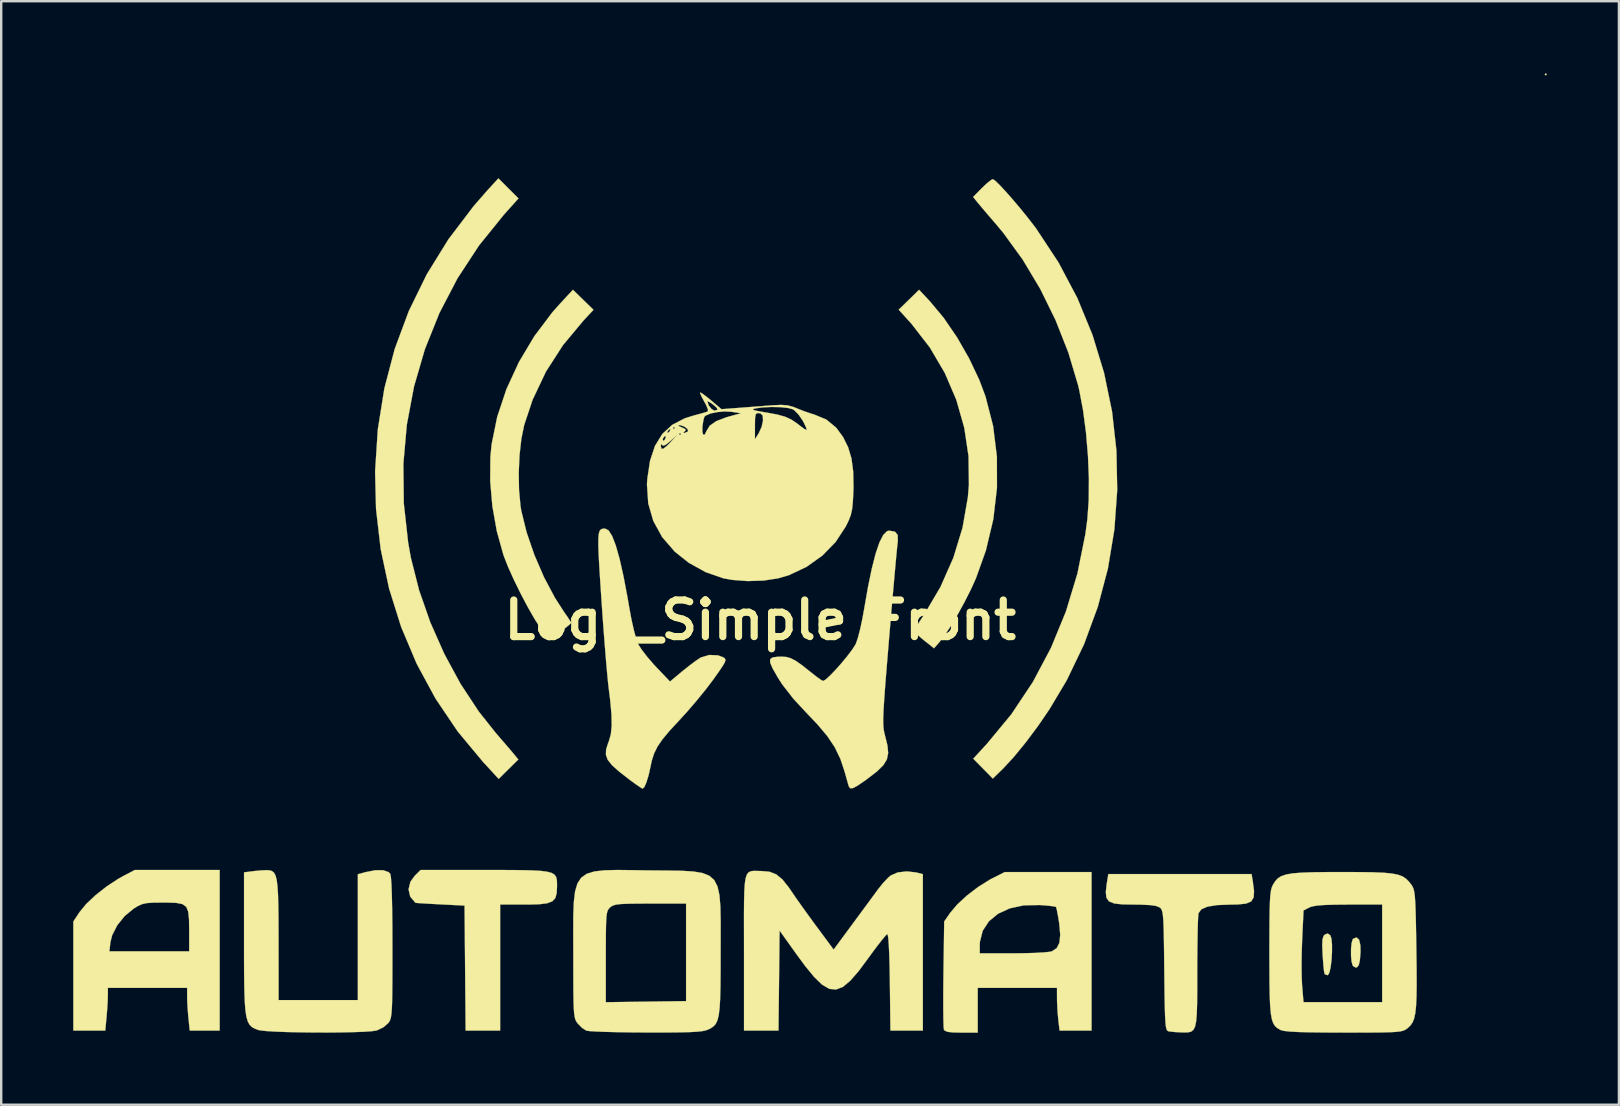
<source format=kicad_pcb>
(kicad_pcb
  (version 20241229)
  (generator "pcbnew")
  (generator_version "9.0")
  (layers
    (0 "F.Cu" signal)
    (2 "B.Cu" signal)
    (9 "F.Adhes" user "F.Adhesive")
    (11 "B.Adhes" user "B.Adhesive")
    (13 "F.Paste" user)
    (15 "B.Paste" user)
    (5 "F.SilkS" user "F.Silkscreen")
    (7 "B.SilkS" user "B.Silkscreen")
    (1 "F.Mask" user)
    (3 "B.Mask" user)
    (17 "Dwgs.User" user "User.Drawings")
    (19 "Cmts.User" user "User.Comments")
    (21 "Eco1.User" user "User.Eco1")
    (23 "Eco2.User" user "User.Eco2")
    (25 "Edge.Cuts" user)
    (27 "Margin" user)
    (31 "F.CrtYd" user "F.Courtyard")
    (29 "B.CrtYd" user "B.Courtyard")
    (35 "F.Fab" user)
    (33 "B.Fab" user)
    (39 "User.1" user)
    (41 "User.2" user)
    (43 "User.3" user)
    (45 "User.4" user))
  (footprint "Logo_Simple Front"
    (layer "F.Cu")
    (at 28.622 22.78)
    (property "Reference" "Logo_Simple Front" (at 0 0 0) (layer "F.SilkS") (effects (font (size 1.524 1.524) (thickness 0.3))))
    (attr through_hole)
    (fp_poly (pts (xy 32.766 -22.733) (xy 32.724 -22.691) (xy 32.681 -22.733) (xy 32.724 -22.775) (xy 32.766 -22.733)) (stroke (width 0.01) (type solid)) (fill yes) (layer "F.SilkS"))
    (fp_poly (pts (xy 24.947 13.32) (xy 25.002 13.557) (xy 25.006 13.843) (xy 24.978 14.184) (xy 24.931 14.383) (xy 24.856 14.469) (xy 24.807 14.478) (xy 24.697 14.417) (xy 24.682 14.397) (xy 24.634 14.232) (xy 24.61 13.979) (xy 24.611 13.697) (xy 24.636 13.449) (xy 24.684 13.294) (xy 24.697 13.279) (xy 24.843 13.223) (xy 24.947 13.32)) (stroke (width 0.01) (type solid)) (fill yes) (layer "F.SilkS"))
    (fp_poly (pts (xy 23.745 13.131) (xy 23.794 13.268) (xy 23.818 13.515) (xy 23.818 13.827) (xy 23.799 14.157) (xy 23.762 14.459) (xy 23.71 14.687) (xy 23.647 14.794) (xy 23.643 14.796) (xy 23.528 14.763) (xy 23.502 14.718) (xy 23.48 14.584) (xy 23.455 14.33) (xy 23.431 14.004) (xy 23.425 13.91) (xy 23.411 13.539) (xy 23.423 13.302) (xy 23.465 13.164) (xy 23.507 13.113) (xy 23.636 13.057) (xy 23.745 13.131)) (stroke (width 0.01) (type solid)) (fill yes) (layer "F.SilkS"))
    (fp_poly (pts (xy -10.702 10.414) (xy -10.059 10.418) (xy -9.554 10.428) (xy -9.168 10.448) (xy -8.886 10.483) (xy -8.692 10.535) (xy -8.57 10.608) (xy -8.502 10.707) (xy -8.473 10.835) (xy -8.467 10.994) (xy -8.467 11.096) (xy -8.481 11.38) (xy -8.538 11.584) (xy -8.664 11.719) (xy -8.881 11.8) (xy -9.213 11.841) (xy -9.685 11.853) (xy -9.821 11.853) (xy -10.837 11.853) (xy -10.837 17.103) (xy -12.274 17.103) (xy -12.319 11.896) (xy -13.335 11.844) (xy -13.729 11.823) (xy -14.054 11.804) (xy -14.278 11.789) (xy -14.366 11.78) (xy -14.366 11.78) (xy -14.582 11.524) (xy -14.652 11.218) (xy -14.574 10.902) (xy -14.4 10.661) (xy -14.152 10.414) (xy -11.498 10.414) (xy -10.702 10.414)) (stroke (width 0.01) (type solid)) (fill yes) (layer "F.SilkS"))
    (fp_poly (pts (xy 7.069 -13.275) (xy 7.645 -12.583) (xy 8.2 -11.772) (xy 8.703 -10.893) (xy 9.127 -9.997) (xy 9.383 -9.313) (xy 9.7 -8.081) (xy 9.858 -6.806) (xy 9.861 -5.506) (xy 9.708 -4.198) (xy 9.4 -2.901) (xy 8.987 -1.744) (xy 8.768 -1.261) (xy 8.503 -0.738) (xy 8.216 -0.216) (xy 7.928 0.264) (xy 7.663 0.663) (xy 7.475 0.906) (xy 7.239 1.177) (xy 6.816 0.842) (xy 6.599 0.66) (xy 6.452 0.516) (xy 6.407 0.444) (xy 6.457 0.349) (xy 6.581 0.151) (xy 6.753 -0.113) (xy 6.819 -0.212) (xy 7.505 -1.375) (xy 8.043 -2.591) (xy 8.426 -3.844) (xy 8.649 -5.115) (xy 8.692 -5.635) (xy 8.676 -6.827) (xy 8.498 -8.014) (xy 8.166 -9.177) (xy 7.686 -10.296) (xy 7.066 -11.351) (xy 6.313 -12.324) (xy 6.235 -12.412) (xy 5.767 -12.928) (xy 6.192 -13.343) (xy 6.616 -13.758) (xy 7.069 -13.275)) (stroke (width 0.01) (type solid)) (fill yes) (layer "F.SilkS"))
    (fp_poly (pts (xy -10.491 -17.982) (xy -10.073 -17.564) (xy -10.678 -16.889) (xy -11.716 -15.605) (xy -12.613 -14.236) (xy -13.366 -12.791) (xy -13.971 -11.285) (xy -14.425 -9.727) (xy -14.725 -8.131) (xy -14.868 -6.508) (xy -14.851 -4.869) (xy -14.669 -3.227) (xy -14.553 -2.582) (xy -14.215 -1.248) (xy -13.747 0.093) (xy -13.165 1.407) (xy -12.487 2.658) (xy -11.727 3.812) (xy -11.02 4.703) (xy -10.758 5.006) (xy -10.517 5.286) (xy -10.332 5.502) (xy -10.268 5.58) (xy -10.079 5.809) (xy -10.898 6.617) (xy -11.548 5.912) (xy -12.604 4.642) (xy -13.528 3.273) (xy -14.315 1.818) (xy -14.961 0.287) (xy -15.461 -1.306) (xy -15.812 -2.948) (xy -16.007 -4.628) (xy -16.046 -6.181) (xy -15.933 -7.939) (xy -15.661 -9.644) (xy -15.229 -11.291) (xy -14.639 -12.878) (xy -13.892 -14.403) (xy -12.99 -15.862) (xy -11.933 -17.253) (xy -11.36 -17.908) (xy -10.909 -18.4) (xy -10.491 -17.982)) (stroke (width 0.01) (type solid)) (fill yes) (layer "F.SilkS"))
    (fp_poly (pts (xy -22.521 17.103) (xy -23.767 17.103) (xy -23.822 16.582) (xy -23.852 16.227) (xy -23.872 15.874) (xy -23.876 15.693) (xy -23.876 15.325) (xy -27.178 15.325) (xy -27.179 15.642) (xy -27.187 15.898) (xy -27.209 16.239) (xy -27.233 16.531) (xy -27.287 17.103) (xy -28.617 17.103) (xy -28.617 13.801) (xy -27.115 13.801) (xy -23.791 13.801) (xy -23.791 12.94) (xy -23.797 12.474) (xy -23.83 12.152) (xy -23.914 11.947) (xy -24.076 11.832) (xy -24.339 11.782) (xy -24.727 11.769) (xy -24.889 11.769) (xy -25.279 11.773) (xy -25.548 11.791) (xy -25.747 11.834) (xy -25.923 11.912) (xy -26.094 12.015) (xy -26.473 12.325) (xy -26.786 12.714) (xy -27 13.132) (xy -27.074 13.431) (xy -27.115 13.801) (xy -28.617 13.801) (xy -28.617 12.56) (xy -28.357 12.166) (xy -28.081 11.83) (xy -27.693 11.463) (xy -27.236 11.104) (xy -26.754 10.786) (xy -26.545 10.669) (xy -26.06 10.414) (xy -22.521 10.414) (xy -22.521 17.103)) (stroke (width 0.01) (type solid)) (fill yes) (layer "F.SilkS"))
    (fp_poly (pts (xy -6.948 -12.923) (xy -7.35 -12.494) (xy -8.218 -11.453) (xy -8.929 -10.348) (xy -9.484 -9.177) (xy -9.834 -8.128) (xy -9.953 -7.547) (xy -10.03 -6.86) (xy -10.062 -6.125) (xy -10.049 -5.402) (xy -9.988 -4.749) (xy -9.955 -4.549) (xy -9.735 -3.656) (xy -9.413 -2.718) (xy -9.012 -1.79) (xy -8.556 -0.929) (xy -8.161 -0.317) (xy -8.007 -0.096) (xy -7.903 0.063) (xy -7.874 0.117) (xy -7.936 0.18) (xy -8.1 0.315) (xy -8.329 0.492) (xy -8.334 0.496) (xy -8.794 0.844) (xy -9.141 0.358) (xy -9.395 -0.034) (xy -9.683 -0.536) (xy -9.982 -1.101) (xy -10.265 -1.68) (xy -10.51 -2.223) (xy -10.69 -2.684) (xy -10.705 -2.729) (xy -10.977 -3.709) (xy -11.161 -4.748) (xy -11.251 -5.792) (xy -11.243 -6.789) (xy -11.191 -7.324) (xy -10.958 -8.468) (xy -10.574 -9.619) (xy -10.054 -10.747) (xy -9.413 -11.822) (xy -8.665 -12.815) (xy -8.354 -13.166) (xy -7.804 -13.758) (xy -6.948 -12.923)) (stroke (width 0.01) (type solid)) (fill yes) (layer "F.SilkS"))
    (fp_poly (pts (xy 9.789 -18.301) (xy 9.97 -18.125) (xy 10.213 -17.865) (xy 10.497 -17.543) (xy 10.801 -17.185) (xy 11.104 -16.813) (xy 11.384 -16.453) (xy 11.5 -16.298) (xy 12.428 -14.89) (xy 13.209 -13.413) (xy 13.84 -11.878) (xy 14.322 -10.299) (xy 14.655 -8.686) (xy 14.838 -7.053) (xy 14.87 -5.411) (xy 14.752 -3.772) (xy 14.483 -2.148) (xy 14.062 -0.552) (xy 13.49 1.005) (xy 12.767 2.51) (xy 12.042 3.725) (xy 11.558 4.432) (xy 11.057 5.101) (xy 10.57 5.696) (xy 10.123 6.18) (xy 10.058 6.244) (xy 9.688 6.604) (xy 9.28 6.19) (xy 8.873 5.777) (xy 9.446 5.153) (xy 10.462 3.924) (xy 11.353 2.587) (xy 12.112 1.157) (xy 12.733 -0.354) (xy 13.212 -1.934) (xy 13.542 -3.57) (xy 13.626 -4.191) (xy 13.683 -4.98) (xy 13.691 -5.879) (xy 13.652 -6.838) (xy 13.57 -7.807) (xy 13.448 -8.736) (xy 13.29 -9.575) (xy 13.242 -9.779) (xy 12.835 -11.142) (xy 12.303 -12.492) (xy 11.662 -13.797) (xy 10.93 -15.02) (xy 10.126 -16.127) (xy 9.842 -16.468) (xy 9.577 -16.776) (xy 9.331 -17.064) (xy 9.14 -17.29) (xy 9.069 -17.376) (xy 8.868 -17.624) (xy 9.235 -17.998) (xy 9.442 -18.194) (xy 9.609 -18.327) (xy 9.691 -18.367) (xy 9.789 -18.301)) (stroke (width 0.01) (type solid)) (fill yes) (layer "F.SilkS"))
    (fp_poly (pts (xy 13.801 17.103) (xy 12.47 17.103) (xy 12.416 16.658) (xy 12.383 16.288) (xy 12.364 15.891) (xy 12.362 15.769) (xy 12.361 15.325) (xy 9.059 15.325) (xy 9.059 17.187) (xy 8.379 17.187) (xy 8.019 17.18) (xy 7.796 17.154) (xy 7.681 17.103) (xy 7.65 17.06) (xy 7.638 16.943) (xy 7.63 16.682) (xy 7.625 16.299) (xy 7.623 15.819) (xy 7.626 15.266) (xy 7.632 14.745) (xy 7.649 13.538) (xy 9.144 13.538) (xy 9.144 13.885) (xy 10.535 13.885) (xy 11.02 13.88) (xy 11.459 13.867) (xy 11.819 13.846) (xy 12.065 13.82) (xy 12.146 13.802) (xy 12.347 13.67) (xy 12.462 13.448) (xy 12.496 13.114) (xy 12.455 12.647) (xy 12.451 12.621) (xy 12.401 12.313) (xy 12.355 12.077) (xy 12.322 11.957) (xy 12.319 11.952) (xy 12.221 11.928) (xy 11.999 11.901) (xy 11.697 11.876) (xy 11.637 11.872) (xy 10.978 11.886) (xy 10.395 12.011) (xy 9.905 12.236) (xy 9.524 12.551) (xy 9.267 12.945) (xy 9.15 13.406) (xy 9.144 13.538) (xy 7.649 13.538) (xy 7.662 12.559) (xy 7.915 12.193) (xy 8.211 11.845) (xy 8.614 11.473) (xy 9.078 11.119) (xy 9.553 10.821) (xy 9.687 10.75) (xy 10.187 10.499) (xy 13.801 10.499) (xy 13.801 17.103)) (stroke (width 0.01) (type solid)) (fill yes) (layer "F.SilkS"))
    (fp_poly (pts (xy 20.52 10.901) (xy 20.57 11.289) (xy 20.554 11.556) (xy 20.451 11.723) (xy 20.238 11.813) (xy 19.893 11.849) (xy 19.585 11.854) (xy 19.028 11.875) (xy 18.627 11.941) (xy 18.373 12.053) (xy 18.257 12.214) (xy 18.256 12.215) (xy 18.243 12.348) (xy 18.23 12.626) (xy 18.22 13.024) (xy 18.212 13.518) (xy 18.206 14.084) (xy 18.204 14.662) (xy 18.204 15.383) (xy 18.199 15.952) (xy 18.186 16.387) (xy 18.16 16.705) (xy 18.116 16.926) (xy 18.05 17.066) (xy 17.956 17.143) (xy 17.831 17.176) (xy 17.668 17.181) (xy 17.541 17.178) (xy 17.27 17.164) (xy 17.054 17.14) (xy 17 17.13) (xy 16.959 17.106) (xy 16.925 17.049) (xy 16.899 16.939) (xy 16.879 16.759) (xy 16.864 16.491) (xy 16.852 16.117) (xy 16.843 15.619) (xy 16.835 14.978) (xy 16.831 14.593) (xy 16.823 13.875) (xy 16.815 13.308) (xy 16.806 12.872) (xy 16.793 12.549) (xy 16.775 12.32) (xy 16.752 12.167) (xy 16.722 12.069) (xy 16.683 12.009) (xy 16.642 11.973) (xy 16.492 11.912) (xy 16.23 11.874) (xy 15.832 11.856) (xy 15.569 11.853) (xy 15.081 11.845) (xy 14.742 11.807) (xy 14.529 11.721) (xy 14.42 11.57) (xy 14.395 11.334) (xy 14.432 10.997) (xy 14.448 10.901) (xy 14.5 10.583) (xy 20.467 10.583) (xy 20.52 10.901)) (stroke (width 0.01) (type solid)) (fill yes) (layer "F.SilkS"))
    (fp_poly (pts (xy -0.113 10.453) (xy 0.057 10.457) (xy 0.389 10.487) (xy 0.664 10.594) (xy 0.918 10.802) (xy 1.184 11.134) (xy 1.305 11.31) (xy 1.483 11.572) (xy 1.732 11.924) (xy 2.02 12.324) (xy 2.314 12.727) (xy 2.347 12.77) (xy 3.057 13.729) (xy 3.836 12.673) (xy 4.134 12.269) (xy 4.422 11.878) (xy 4.674 11.536) (xy 4.862 11.279) (xy 4.911 11.213) (xy 5.115 10.958) (xy 5.323 10.738) (xy 5.432 10.643) (xy 5.725 10.515) (xy 6.105 10.471) (xy 6.509 10.518) (xy 6.54 10.526) (xy 6.773 10.587) (xy 6.773 17.103) (xy 5.422 17.103) (xy 5.399 15.092) (xy 5.389 14.476) (xy 5.374 13.951) (xy 5.354 13.533) (xy 5.332 13.242) (xy 5.307 13.095) (xy 5.297 13.081) (xy 5.222 13.146) (xy 5.07 13.326) (xy 4.859 13.597) (xy 4.609 13.933) (xy 4.491 14.097) (xy 4.093 14.632) (xy 3.749 15.027) (xy 3.443 15.282) (xy 3.157 15.394) (xy 2.874 15.364) (xy 2.575 15.19) (xy 2.245 14.87) (xy 1.864 14.405) (xy 1.5 13.909) (xy 0.804 12.936) (xy 0.782 15.02) (xy 0.759 17.103) (xy -0.677 17.103) (xy -0.677 13.84) (xy -0.678 12.992) (xy -0.679 12.298) (xy -0.675 11.742) (xy -0.665 11.31) (xy -0.644 10.986) (xy -0.609 10.755) (xy -0.557 10.601) (xy -0.485 10.509) (xy -0.389 10.464) (xy -0.266 10.45) (xy -0.113 10.453)) (stroke (width 0.01) (type solid)) (fill yes) (layer "F.SilkS"))
    (fp_poly (pts (xy -20.439 10.428) (xy -20.339 10.459) (xy -20.258 10.524) (xy -20.195 10.637) (xy -20.147 10.817) (xy -20.113 11.079) (xy -20.09 11.443) (xy -20.076 11.923) (xy -20.07 12.538) (xy -20.067 13.304) (xy -20.067 13.356) (xy -20.066 15.833) (xy -16.764 15.833) (xy -16.764 10.591) (xy -16.447 10.503) (xy -16.037 10.423) (xy -15.705 10.423) (xy -15.48 10.503) (xy -15.412 10.578) (xy -15.387 10.713) (xy -15.365 11.009) (xy -15.348 11.457) (xy -15.335 12.05) (xy -15.327 12.779) (xy -15.325 13.635) (xy -15.325 13.657) (xy -15.325 14.437) (xy -15.327 15.067) (xy -15.331 15.563) (xy -15.338 15.943) (xy -15.35 16.226) (xy -15.368 16.43) (xy -15.391 16.571) (xy -15.422 16.67) (xy -15.461 16.742) (xy -15.498 16.792) (xy -15.699 16.965) (xy -15.959 17.091) (xy -15.985 17.099) (xy -16.18 17.129) (xy -16.513 17.152) (xy -16.953 17.168) (xy -17.471 17.179) (xy -18.039 17.184) (xy -18.627 17.182) (xy -19.205 17.175) (xy -19.746 17.163) (xy -20.219 17.145) (xy -20.595 17.121) (xy -20.845 17.093) (xy -20.913 17.077) (xy -21.06 17.021) (xy -21.181 16.954) (xy -21.277 16.858) (xy -21.352 16.718) (xy -21.409 16.517) (xy -21.45 16.239) (xy -21.477 15.867) (xy -21.493 15.386) (xy -21.502 14.779) (xy -21.505 14.03) (xy -21.505 13.447) (xy -21.505 10.511) (xy -21.051 10.454) (xy -20.763 10.427) (xy -20.527 10.42) (xy -20.439 10.428)) (stroke (width 0.01) (type solid)) (fill yes) (layer "F.SilkS"))
    (fp_poly (pts (xy -6.318 -3.733) (xy -6.17 -3.499) (xy -6.018 -3.105) (xy -5.861 -2.55) (xy -5.699 -1.831) (xy -5.531 -0.945) (xy -5.461 -0.536) (xy -5.368 -0.033) (xy -5.267 0.419) (xy -5.169 0.779) (xy -5.083 1.011) (xy -5.081 1.014) (xy -4.941 1.233) (xy -4.719 1.522) (xy -4.453 1.832) (xy -4.331 1.963) (xy -3.76 2.562) (xy -3.229 2.119) (xy -2.947 1.894) (xy -2.686 1.699) (xy -2.494 1.572) (xy -2.47 1.559) (xy -2.127 1.456) (xy -1.767 1.47) (xy -1.551 1.548) (xy -1.478 1.596) (xy -1.448 1.656) (xy -1.473 1.754) (xy -1.564 1.913) (xy -1.733 2.161) (xy -1.967 2.49) (xy -2.273 2.894) (xy -2.65 3.357) (xy -3.047 3.819) (xy -3.383 4.187) (xy -3.781 4.617) (xy -4.073 4.967) (xy -4.28 5.269) (xy -4.422 5.555) (xy -4.519 5.859) (xy -4.573 6.111) (xy -4.653 6.47) (xy -4.744 6.766) (xy -4.832 6.962) (xy -4.9 7.025) (xy -4.988 6.976) (xy -5.174 6.85) (xy -5.418 6.671) (xy -5.461 6.639) (xy -5.882 6.311) (xy -6.175 6.049) (xy -6.353 5.826) (xy -6.431 5.616) (xy -6.422 5.394) (xy -6.341 5.133) (xy -6.308 5.051) (xy -6.225 4.763) (xy -6.189 4.393) (xy -6.199 3.916) (xy -6.255 3.311) (xy -6.3 2.957) (xy -6.336 2.654) (xy -6.379 2.21) (xy -6.428 1.654) (xy -6.48 1.014) (xy -6.534 0.318) (xy -6.586 -0.406) (xy -6.612 -0.79) (xy -6.665 -1.582) (xy -6.705 -2.222) (xy -6.733 -2.725) (xy -6.746 -3.109) (xy -6.745 -3.389) (xy -6.729 -3.582) (xy -6.696 -3.704) (xy -6.646 -3.771) (xy -6.579 -3.801) (xy -6.492 -3.808) (xy -6.463 -3.809) (xy -6.318 -3.733)) (stroke (width 0.01) (type solid)) (fill yes) (layer "F.SilkS"))
    (fp_poly (pts (xy 5.611 -3.681) (xy 5.725 -3.543) (xy 5.731 -3.286) (xy 5.725 -3.249) (xy 5.708 -3.096) (xy 5.678 -2.794) (xy 5.638 -2.362) (xy 5.589 -1.818) (xy 5.533 -1.184) (xy 5.471 -0.478) (xy 5.407 0.282) (xy 5.37 0.713) (xy 5.297 1.595) (xy 5.237 2.326) (xy 5.191 2.921) (xy 5.157 3.399) (xy 5.134 3.775) (xy 5.123 4.067) (xy 5.122 4.292) (xy 5.131 4.466) (xy 5.149 4.607) (xy 5.175 4.731) (xy 5.2 4.825) (xy 5.298 5.225) (xy 5.328 5.541) (xy 5.275 5.806) (xy 5.125 6.05) (xy 4.863 6.306) (xy 4.474 6.607) (xy 4.331 6.71) (xy 4.042 6.907) (xy 3.856 7.004) (xy 3.747 7.009) (xy 3.69 6.932) (xy 3.686 6.921) (xy 3.647 6.788) (xy 3.579 6.547) (xy 3.512 6.308) (xy 3.336 5.781) (xy 3.104 5.301) (xy 2.791 4.832) (xy 2.375 4.338) (xy 1.99 3.936) (xy 1.381 3.281) (xy 0.913 2.678) (xy 0.725 2.384) (xy 0.52 2.024) (xy 0.414 1.781) (xy 0.411 1.633) (xy 0.516 1.556) (xy 0.732 1.529) (xy 0.889 1.526) (xy 1.09 1.539) (xy 1.279 1.594) (xy 1.492 1.708) (xy 1.761 1.899) (xy 2.114 2.18) (xy 2.346 2.362) (xy 2.528 2.492) (xy 2.618 2.54) (xy 2.727 2.478) (xy 2.909 2.311) (xy 3.138 2.073) (xy 3.385 1.794) (xy 3.623 1.507) (xy 3.823 1.242) (xy 3.959 1.032) (xy 3.985 0.981) (xy 4.067 0.742) (xy 4.16 0.385) (xy 4.251 -0.038) (xy 4.321 -0.423) (xy 4.487 -1.371) (xy 4.649 -2.153) (xy 4.808 -2.773) (xy 4.965 -3.235) (xy 5.122 -3.543) (xy 5.28 -3.7) (xy 5.372 -3.724) (xy 5.611 -3.681)) (stroke (width 0.01) (type solid)) (fill yes) (layer "F.SilkS"))
    (fp_poly (pts (xy -5.304 10.42) (xy -4.622 10.43) (xy -3.879 10.436) (xy -3.27 10.446) (xy -2.784 10.476) (xy -2.405 10.54) (xy -2.121 10.654) (xy -1.918 10.833) (xy -1.783 11.094) (xy -1.702 11.452) (xy -1.662 11.922) (xy -1.649 12.52) (xy -1.65 13.261) (xy -1.651 13.843) (xy -1.652 14.633) (xy -1.658 15.272) (xy -1.671 15.777) (xy -1.694 16.166) (xy -1.73 16.458) (xy -1.782 16.67) (xy -1.852 16.819) (xy -1.944 16.925) (xy -2.059 17.004) (xy -2.158 17.054) (xy -2.268 17.095) (xy -2.42 17.127) (xy -2.633 17.15) (xy -2.929 17.166) (xy -3.326 17.177) (xy -3.846 17.182) (xy -4.508 17.182) (xy -4.754 17.182) (xy -5.372 17.178) (xy -5.941 17.169) (xy -6.437 17.157) (xy -6.836 17.142) (xy -7.114 17.124) (xy -7.247 17.105) (xy -7.248 17.104) (xy -7.426 16.988) (xy -7.605 16.806) (xy -7.608 16.802) (xy -7.659 16.733) (xy -7.699 16.654) (xy -7.729 16.548) (xy -7.752 16.395) (xy -7.769 16.176) (xy -7.779 15.872) (xy -7.785 15.465) (xy -7.788 14.935) (xy -7.789 14.264) (xy -7.789 14.027) (xy -6.435 14.027) (xy -6.435 15.921) (xy -4.763 15.898) (xy -3.09 15.875) (xy -3.09 11.811) (xy -4.584 11.811) (xy -5.128 11.813) (xy -5.529 11.819) (xy -5.812 11.832) (xy -6.004 11.855) (xy -6.131 11.891) (xy -6.219 11.941) (xy -6.257 11.972) (xy -6.314 12.032) (xy -6.358 12.107) (xy -6.39 12.22) (xy -6.411 12.393) (xy -6.424 12.65) (xy -6.431 13.012) (xy -6.434 13.502) (xy -6.435 14.027) (xy -7.789 14.027) (xy -7.789 13.895) (xy -7.791 13.032) (xy -7.789 12.324) (xy -7.768 11.755) (xy -7.715 11.31) (xy -7.617 10.974) (xy -7.459 10.733) (xy -7.228 10.571) (xy -6.911 10.474) (xy -6.494 10.426) (xy -5.963 10.413) (xy -5.304 10.42)) (stroke (width 0.01) (type solid)) (fill yes) (layer "F.SilkS"))
    (fp_poly (pts (xy 24.951 10.501) (xy 25.526 10.509) (xy 25.973 10.527) (xy 26.314 10.56) (xy 26.569 10.61) (xy 26.76 10.682) (xy 26.906 10.779) (xy 27.03 10.906) (xy 27.125 11.028) (xy 27.175 11.105) (xy 27.214 11.197) (xy 27.245 11.326) (xy 27.269 11.51) (xy 27.287 11.769) (xy 27.301 12.124) (xy 27.313 12.594) (xy 27.324 13.198) (xy 27.332 13.747) (xy 27.342 14.537) (xy 27.345 15.177) (xy 27.338 15.684) (xy 27.32 16.078) (xy 27.288 16.377) (xy 27.24 16.599) (xy 27.174 16.763) (xy 27.088 16.888) (xy 26.979 16.992) (xy 26.949 17.017) (xy 26.878 17.066) (xy 26.793 17.105) (xy 26.673 17.135) (xy 26.5 17.156) (xy 26.253 17.171) (xy 25.911 17.18) (xy 25.456 17.184) (xy 24.866 17.186) (xy 24.309 17.186) (xy 23.53 17.183) (xy 22.906 17.176) (xy 22.424 17.163) (xy 22.07 17.144) (xy 21.831 17.118) (xy 21.692 17.086) (xy 21.675 17.078) (xy 21.551 17.007) (xy 21.451 16.922) (xy 21.373 16.805) (xy 21.314 16.637) (xy 21.271 16.401) (xy 21.242 16.079) (xy 21.223 15.653) (xy 21.214 15.105) (xy 21.21 14.417) (xy 21.21 14.355) (xy 22.55 14.355) (xy 22.555 14.826) (xy 22.57 15.193) (xy 22.573 15.233) (xy 22.63 15.917) (xy 25.908 15.917) (xy 25.908 11.853) (xy 24.507 11.853) (xy 23.929 11.858) (xy 23.498 11.871) (xy 23.189 11.896) (xy 22.981 11.934) (xy 22.869 11.976) (xy 22.632 12.098) (xy 22.574 13.324) (xy 22.557 13.835) (xy 22.55 14.355) (xy 21.21 14.355) (xy 21.209 13.885) (xy 21.21 13.143) (xy 21.214 12.55) (xy 21.22 12.088) (xy 21.232 11.738) (xy 21.248 11.48) (xy 21.271 11.294) (xy 21.302 11.162) (xy 21.341 11.064) (xy 21.353 11.039) (xy 21.448 10.885) (xy 21.558 10.764) (xy 21.702 10.671) (xy 21.902 10.602) (xy 22.176 10.554) (xy 22.544 10.524) (xy 23.027 10.507) (xy 23.644 10.5) (xy 24.227 10.499) (xy 24.951 10.501)) (stroke (width 0.01) (type solid)) (fill yes) (layer "F.SilkS"))
    (fp_poly (pts (xy -2.411 -9.432) (xy -2.234 -9.3) (xy -2.029 -9.133) (xy -1.615 -8.784) (xy -1.61 -8.784) (xy -0.306 -8.784) (xy -0.286 -8.752) (xy -0.133 -8.712) (xy 0.168 -8.658) (xy 0.254 -8.644) (xy 0.702 -8.562) (xy 1.034 -8.47) (xy 1.3 -8.348) (xy 1.553 -8.176) (xy 1.651 -8.098) (xy 1.819 -7.972) (xy 1.924 -7.917) (xy 1.935 -7.919) (xy 1.916 -8.003) (xy 1.832 -8.185) (xy 1.766 -8.311) (xy 1.602 -8.551) (xy 1.422 -8.735) (xy 1.354 -8.781) (xy 1.147 -8.836) (xy 0.829 -8.869) (xy 0.456 -8.876) (xy 0.085 -8.858) (xy -0.212 -8.815) (xy -0.306 -8.784) (xy -1.61 -8.784) (xy -0.871 -8.84) (xy -0.428 -8.874) (xy 0.047 -8.91) (xy 0.459 -8.942) (xy 0.497 -8.945) (xy 0.87 -8.963) (xy 1.145 -8.942) (xy 1.39 -8.873) (xy 1.513 -8.823) (xy 1.83 -8.698) (xy 2.155 -8.588) (xy 2.251 -8.56) (xy 2.753 -8.352) (xy 3.164 -8.013) (xy 3.447 -7.627) (xy 3.661 -7.197) (xy 3.8 -6.729) (xy 3.872 -6.185) (xy 3.884 -5.528) (xy 3.878 -5.341) (xy 3.857 -4.92) (xy 3.825 -4.615) (xy 3.771 -4.373) (xy 3.682 -4.142) (xy 3.563 -3.9) (xy 3.14 -3.253) (xy 2.586 -2.685) (xy 1.932 -2.218) (xy 1.208 -1.875) (xy 0.754 -1.739) (xy 0.145 -1.645) (xy -0.527 -1.623) (xy -1.18 -1.673) (xy -1.542 -1.74) (xy -2.273 -1.994) (xy -2.973 -2.381) (xy -3.559 -2.846) (xy -4.086 -3.455) (xy -4.456 -4.127) (xy -4.667 -4.859) (xy -4.72 -5.65) (xy -4.707 -5.867) (xy -4.594 -6.627) (xy -4.388 -7.251) (xy -4.383 -7.26) (xy -4.142 -7.26) (xy -4.121 -7.137) (xy -4.034 -7.14) (xy -3.869 -7.275) (xy -3.721 -7.429) (xy -3.429 -7.747) (xy -3.387 -7.747) (xy -3.344 -7.705) (xy -3.302 -7.747) (xy -3.344 -7.789) (xy -3.387 -7.747) (xy -3.429 -7.747) (xy -3.737 -7.464) (xy -3.939 -7.299) (xy -4.055 -7.26) (xy -4.09 -7.295) (xy -4.129 -7.341) (xy -4.142 -7.26) (xy -4.383 -7.26) (xy -4.217 -7.53) (xy -4.064 -7.53) (xy -4.037 -7.453) (xy -3.974 -7.521) (xy -3.947 -7.582) (xy -3.941 -7.669) (xy -3.98 -7.662) (xy -4.061 -7.553) (xy -4.064 -7.53) (xy -4.217 -7.53) (xy -4.082 -7.749) (xy -4.033 -7.795) (xy -3.874 -7.795) (xy -3.862 -7.789) (xy -3.785 -7.849) (xy -3.768 -7.874) (xy -3.746 -7.953) (xy -3.758 -7.959) (xy -3.835 -7.899) (xy -3.852 -7.874) (xy -3.874 -7.795) (xy -4.033 -7.795) (xy -3.809 -8.001) (xy -3.641 -8.001) (xy -3.598 -7.959) (xy -3.556 -8.001) (xy -3.598 -8.043) (xy -3.641 -8.001) (xy -3.809 -8.001) (xy -3.709 -8.093) (xy -3.413 -8.093) (xy -3.293 -8.034) (xy -3.271 -8.026) (xy -3.117 -7.952) (xy -3.115 -7.887) (xy -3.144 -7.865) (xy -3.205 -7.803) (xy -3.159 -7.791) (xy -3.086 -7.822) (xy -2.411 -7.822) (xy -2.37 -7.711) (xy -2.305 -7.735) (xy -2.247 -7.863) (xy -2.11 -8.088) (xy -0.222 -8.088) (xy -0.222 -7.532) (xy -0.06 -7.789) (xy 0.058 -8.049) (xy 0.115 -8.318) (xy 0.115 -8.319) (xy 0.1 -8.519) (xy 0.012 -8.605) (xy -0.048 -8.619) (xy -0.141 -8.618) (xy -0.194 -8.559) (xy -0.217 -8.405) (xy -0.222 -8.121) (xy -0.222 -8.088) (xy -2.11 -8.088) (xy -2.106 -8.095) (xy -1.833 -8.286) (xy -1.411 -8.446) (xy -1.335 -8.468) (xy -0.804 -8.615) (xy -1.191 -8.675) (xy -1.485 -8.691) (xy -1.801 -8.662) (xy -2.085 -8.6) (xy -2.282 -8.513) (xy -2.327 -8.468) (xy -2.366 -8.34) (xy -2.402 -8.117) (xy -2.41 -8.047) (xy -2.411 -7.822) (xy -3.086 -7.822) (xy -3.026 -7.848) (xy -3.008 -7.87) (xy -3.033 -7.961) (xy -3.16 -8.057) (xy -3.328 -8.116) (xy -3.402 -8.121) (xy -3.413 -8.093) (xy -3.709 -8.093) (xy -3.67 -8.13) (xy -3.143 -8.404) (xy -2.771 -8.52) (xy -2.489 -8.596) (xy -2.273 -8.659) (xy -2.18 -8.693) (xy -2.182 -8.78) (xy -2.258 -8.963) (xy -2.332 -9.1) (xy -2.201 -9.1) (xy -2.148 -8.939) (xy -2.028 -8.788) (xy -1.902 -8.721) (xy -1.793 -8.756) (xy -1.781 -8.784) (xy -1.835 -8.864) (xy -1.958 -8.972) (xy -2.094 -9.068) (xy -2.187 -9.111) (xy -2.201 -9.1) (xy -2.332 -9.1) (xy -2.336 -9.107) (xy -2.45 -9.317) (xy -2.504 -9.454) (xy -2.5 -9.483) (xy -2.411 -9.432)) (stroke (width 0.01) (type solid)) (fill yes) (layer "F.SilkS")))
  (gr_rect
    (start -3 -3)
    (end 64.393 42.973)
    (stroke (width 0.1) (type default))
    (fill no)
    (layer "Edge.Cuts")))
</source>
